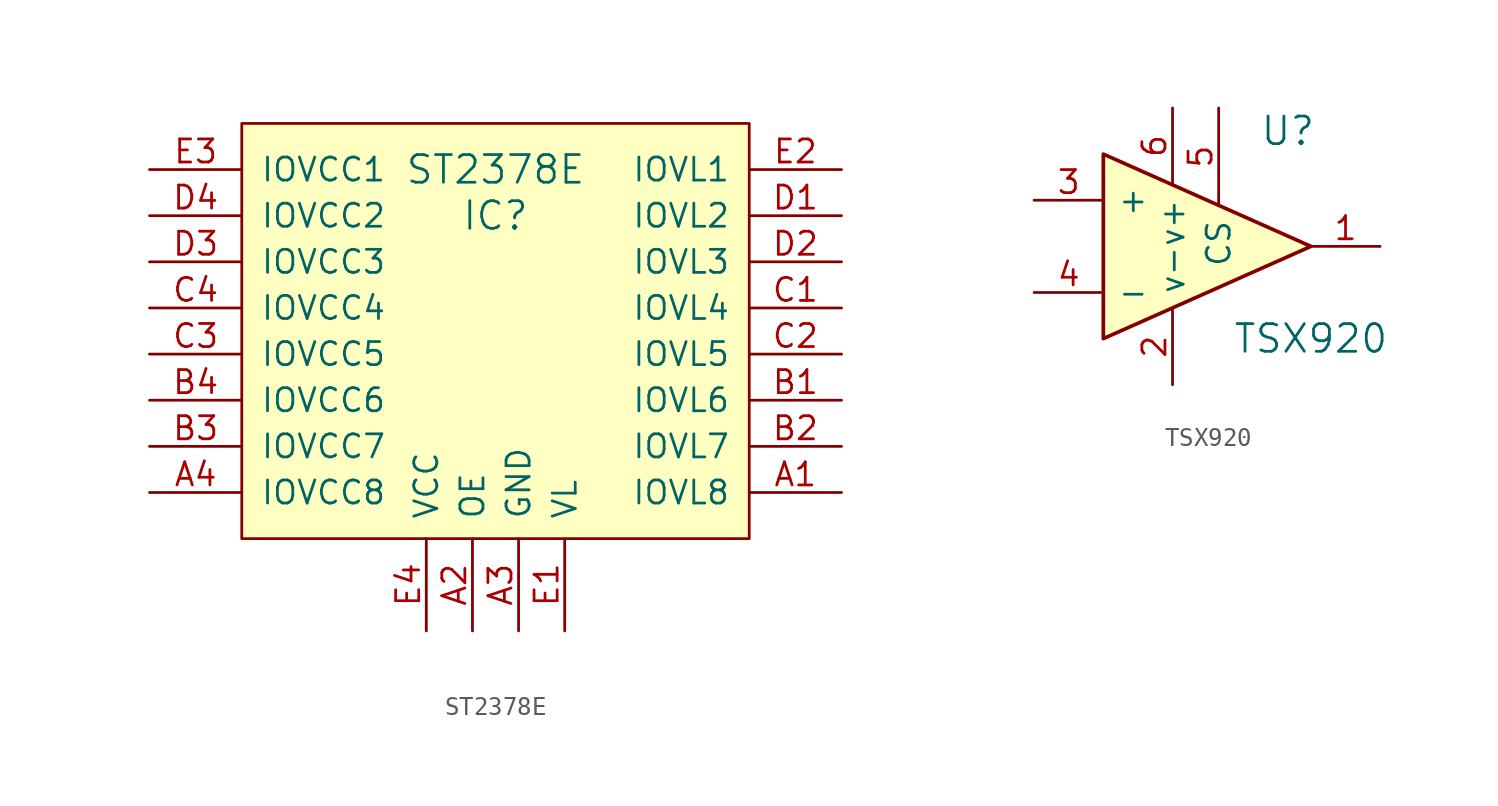
<source format=kicad_sym>
(kicad_symbol_lib
  (version 20241209)
  (generator "kicad_symbol_editor")
  (generator_version "9.0")
  (symbol "ST2378E"
    (pin_names
      (offset 1.016))
    (property "Reference" "IC"
      (at 0 6.35 0)
      (effects (font (size 1.524 1.524))))
    (property "Value" "ST2378E"
      (at 0 8.89 0)
      (effects (font (size 1.524 1.524))))
    (property "Footprint" ""
      (at 0 8.89 0)
      (effects (font (size 1.524 1.524))))
    (property "Datasheet" ""
      (at 0 8.89 0)
      (effects (font (size 1.524 1.524))))
    (symbol "ST2378E_0_1"
      (rectangle (start -13.97 11.43) (end 13.97 -11.43) (stroke (width 0) (type solid)) (fill (type background))))
    (symbol "ST2378E_1_1"
      (pin bidirectional line (at -19.05 8.89 0) (length 5.08) (name "IOVCC1" (effects (font (size 1.27 1.27)))) (number "E3" (effects (font (size 1.27 1.27)))))
      (pin bidirectional line (at -19.05 6.35 0) (length 5.08) (name "IOVCC2" (effects (font (size 1.27 1.27)))) (number "D4" (effects (font (size 1.27 1.27)))))
      (pin bidirectional line (at -19.05 3.81 0) (length 5.08) (name "IOVCC3" (effects (font (size 1.27 1.27)))) (number "D3" (effects (font (size 1.27 1.27)))))
      (pin bidirectional line (at -19.05 1.27 0) (length 5.08) (name "IOVCC4" (effects (font (size 1.27 1.27)))) (number "C4" (effects (font (size 1.27 1.27)))))
      (pin bidirectional line (at -19.05 -1.27 0) (length 5.08) (name "IOVCC5" (effects (font (size 1.27 1.27)))) (number "C3" (effects (font (size 1.27 1.27)))))
      (pin bidirectional line (at -19.05 -3.81 0) (length 5.08) (name "IOVCC6" (effects (font (size 1.27 1.27)))) (number "B4" (effects (font (size 1.27 1.27)))))
      (pin bidirectional line (at -19.05 -6.35 0) (length 5.08) (name "IOVCC7" (effects (font (size 1.27 1.27)))) (number "B3" (effects (font (size 1.27 1.27)))))
      (pin bidirectional line (at -19.05 -8.89 0) (length 5.08) (name "IOVCC8" (effects (font (size 1.27 1.27)))) (number "A4" (effects (font (size 1.27 1.27)))))
      (pin power_in line (at -3.81 -16.51 90) (length 5.08) (name "VCC" (effects (font (size 1.27 1.27)))) (number "E4" (effects (font (size 1.27 1.27)))))
      (pin input line (at -1.27 -16.51 90) (length 5.08) (name "OE" (effects (font (size 1.27 1.27)))) (number "A2" (effects (font (size 1.27 1.27)))))
      (pin power_in line (at 1.27 -16.51 90) (length 5.08) (name "GND" (effects (font (size 1.27 1.27)))) (number "A3" (effects (font (size 1.27 1.27)))))
      (pin power_in line (at 3.81 -16.51 90) (length 5.08) (name "VL" (effects (font (size 1.27 1.27)))) (number "E1" (effects (font (size 1.27 1.27)))))
      (pin bidirectional line (at 19.05 8.89 180) (length 5.08) (name "IOVL1" (effects (font (size 1.27 1.27)))) (number "E2" (effects (font (size 1.27 1.27)))))
      (pin bidirectional line (at 19.05 6.35 180) (length 5.08) (name "IOVL2" (effects (font (size 1.27 1.27)))) (number "D1" (effects (font (size 1.27 1.27)))))
      (pin bidirectional line (at 19.05 3.81 180) (length 5.08) (name "IOVL3" (effects (font (size 1.27 1.27)))) (number "D2" (effects (font (size 1.27 1.27)))))
      (pin bidirectional line (at 19.05 1.27 180) (length 5.08) (name "IOVL4" (effects (font (size 1.27 1.27)))) (number "C1" (effects (font (size 1.27 1.27)))))
      (pin bidirectional line (at 19.05 -1.27 180) (length 5.08) (name "IOVL5" (effects (font (size 1.27 1.27)))) (number "C2" (effects (font (size 1.27 1.27)))))
      (pin bidirectional line (at 19.05 -3.81 180) (length 5.08) (name "IOVL6" (effects (font (size 1.27 1.27)))) (number "B1" (effects (font (size 1.27 1.27)))))
      (pin bidirectional line (at 19.05 -6.35 180) (length 5.08) (name "IOVL7" (effects (font (size 1.27 1.27)))) (number "B2" (effects (font (size 1.27 1.27)))))
      (pin bidirectional line (at 19.05 -8.89 180) (length 5.08) (name "IOVL8" (effects (font (size 1.27 1.27)))) (number "A1" (effects (font (size 1.27 1.27)))))))
  (symbol "TSX920"
    (pin_names
      (offset 0.762))
    (property "Reference" "U"
      (at 5.08 6.35 0)
      (effects (font (size 1.524 1.524))))
    (property "Value" "TSX920"
      (at 6.35 -5.08 0)
      (effects (font (size 1.524 1.524))))
    (symbol "TSX920_0_1"
      (polyline (pts (xy -5.08 -5.08) (xy -5.08 5.08) (xy 6.35 0) (xy -5.08 -5.08)) (stroke (width 0.203) (type solid)) (fill (type background))))
    (symbol "TSX920_1_1"
      (pin input line (at -8.89 2.54 0) (length 3.81) (name "+" (effects (font (size 1.27 1.27)))) (number "3" (effects (font (size 1.27 1.27)))))
      (pin input line (at -8.89 -2.54 0) (length 3.81) (name "-" (effects (font (size 1.27 1.27)))) (number "4" (effects (font (size 1.27 1.27)))))
      (pin input line (at -1.27 7.62 270) (length 4.191) (name "v+" (effects (font (size 1.27 1.27)))) (number "6" (effects (font (size 1.27 1.27)))))
      (pin input line (at -1.27 -7.62 90) (length 4.191) (name "v-" (effects (font (size 1.27 1.27)))) (number "2" (effects (font (size 1.27 1.27)))))
      (pin input line (at 1.27 7.62 270) (length 5.359) (name "CS" (effects (font (size 1.27 1.27)))) (number "5" (effects (font (size 1.27 1.27)))))
      (pin output line (at 10.16 0 180) (length 3.81) (name "~" (effects (font (size 1.27 1.27)))) (number "1" (effects (font (size 1.27 1.27))))))))
</source>
